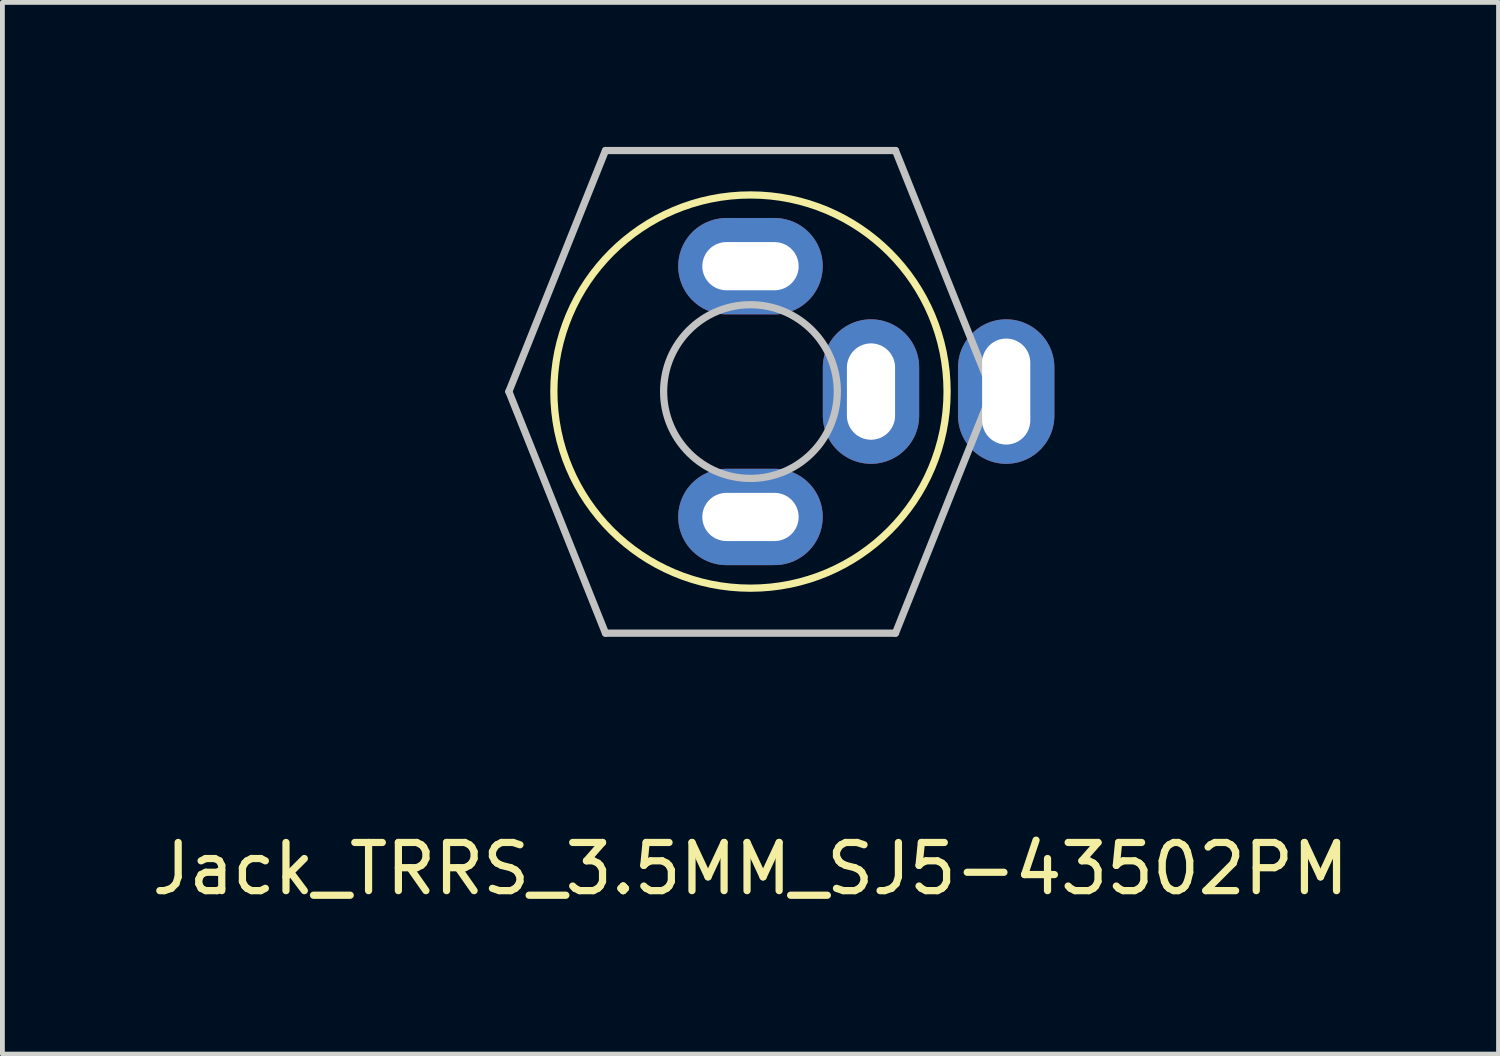
<source format=kicad_pcb>
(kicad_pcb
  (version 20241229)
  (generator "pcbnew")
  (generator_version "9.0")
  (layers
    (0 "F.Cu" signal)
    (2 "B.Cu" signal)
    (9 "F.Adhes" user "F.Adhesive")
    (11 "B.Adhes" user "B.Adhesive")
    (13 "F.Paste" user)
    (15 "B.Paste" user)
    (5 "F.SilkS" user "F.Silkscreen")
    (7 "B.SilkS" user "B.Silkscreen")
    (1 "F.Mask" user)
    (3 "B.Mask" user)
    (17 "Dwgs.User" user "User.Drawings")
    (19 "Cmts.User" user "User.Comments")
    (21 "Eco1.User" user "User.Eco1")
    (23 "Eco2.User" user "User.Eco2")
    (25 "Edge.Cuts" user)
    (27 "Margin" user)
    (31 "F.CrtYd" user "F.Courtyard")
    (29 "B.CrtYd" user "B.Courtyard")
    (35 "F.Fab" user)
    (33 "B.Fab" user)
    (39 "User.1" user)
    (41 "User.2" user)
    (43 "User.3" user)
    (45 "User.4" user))
  (footprint "Jack_TRRS_3.5MM_SJ5-43502PM"
    (layer "F.Cu")
    (at 12.53 5.079)
    (property "Reference" "Jack_TRRS_3.5MM_SJ5-43502PM" (at 0 9.906 0) (layer "F.SilkS") (effects (font (size 1 1) (thickness 0.15))))
    (attr through_hole)
    (fp_circle (center 0 0) (end -0.381 4.064) (stroke (width 0.15) (type solid)) (fill no) (layer "F.SilkS"))
    (fp_line (start -5.016 0) (end -3.01 -5.004) (stroke (width 0.15) (type solid)) (layer "Dwgs.User"))
    (fp_line (start -3.01 -5.004) (end 3.01 -5.004) (stroke (width 0.15) (type solid)) (layer "Dwgs.User"))
    (fp_line (start -3.01 5.016) (end -5.016 0) (stroke (width 0.15) (type solid)) (layer "Dwgs.User"))
    (fp_line (start 3.01 -5.004) (end 5.016 0) (stroke (width 0.15) (type solid)) (layer "Dwgs.User"))
    (fp_line (start 3.01 5.016) (end -3.01 5.016) (stroke (width 0.15) (type solid)) (layer "Dwgs.User"))
    (fp_line (start 5.016 0) (end 3.01 5.016) (stroke (width 0.15) (type solid)) (layer "Dwgs.User"))
    (fp_circle (center 0 0) (end 1.803 0) (stroke (width 0.15) (type solid)) (fill no) (layer "Dwgs.User"))
    (pad "1" thru_hole oval (at 0 2.603) (size 3 2) (drill oval 2 1) (layers "*.Cu" "*.Mask"))
    (pad "2" thru_hole oval (at 0 -2.603) (size 3 2) (drill oval 2 1) (layers "*.Cu" "*.Mask"))
    (pad "3" thru_hole oval (at 2.502 0) (size 2 3) (drill oval 1 2) (layers "*.Cu" "*.Mask"))
    (pad "4" thru_hole oval (at 5.309 0) (size 2 3) (drill oval 1 2.2) (layers "*.Cu" "*.Mask")))
  (gr_rect
    (start -3 -3)
    (end 28.06 18.833)
    (stroke (width 0.1) (type default))
    (fill no)
    (layer "Edge.Cuts")))
</source>
